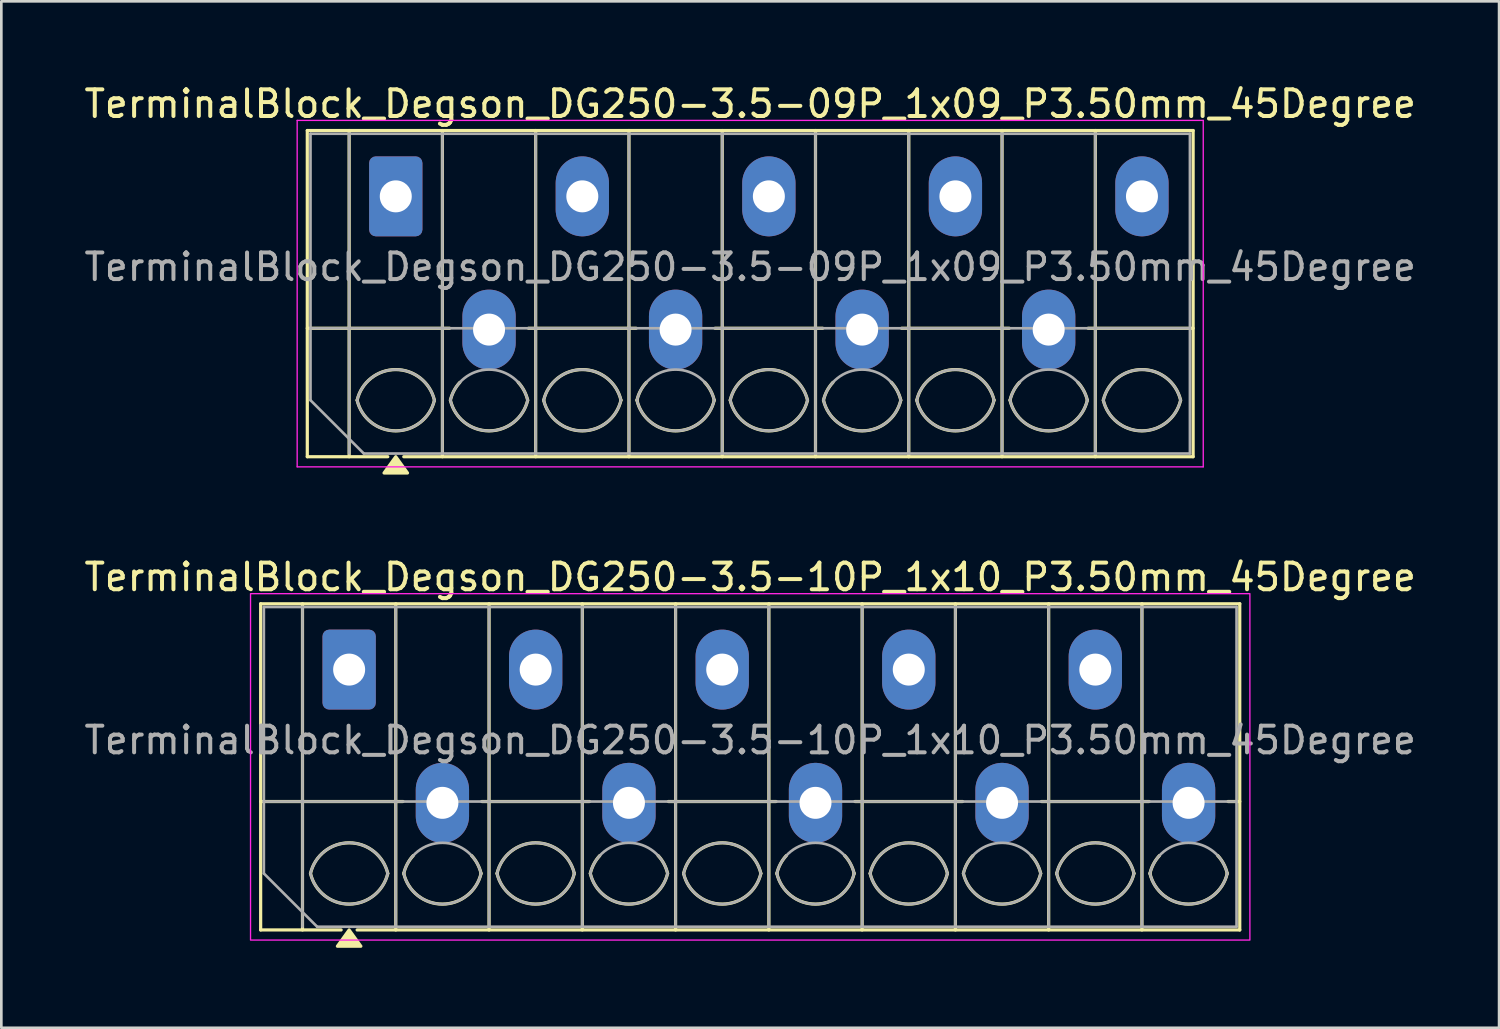
<source format=kicad_pcb>
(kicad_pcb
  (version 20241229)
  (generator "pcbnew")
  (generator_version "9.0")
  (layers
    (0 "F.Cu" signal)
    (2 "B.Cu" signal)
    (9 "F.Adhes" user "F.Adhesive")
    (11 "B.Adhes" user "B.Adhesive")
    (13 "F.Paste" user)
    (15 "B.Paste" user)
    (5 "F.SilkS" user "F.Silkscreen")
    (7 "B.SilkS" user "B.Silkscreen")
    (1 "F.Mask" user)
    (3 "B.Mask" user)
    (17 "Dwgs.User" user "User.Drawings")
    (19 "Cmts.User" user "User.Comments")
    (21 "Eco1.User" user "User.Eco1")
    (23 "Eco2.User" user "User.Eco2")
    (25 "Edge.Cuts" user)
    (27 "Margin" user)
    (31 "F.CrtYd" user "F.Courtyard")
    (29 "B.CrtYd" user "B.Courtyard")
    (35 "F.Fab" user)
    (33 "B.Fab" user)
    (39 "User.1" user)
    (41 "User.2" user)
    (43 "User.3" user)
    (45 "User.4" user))
  (footprint "TerminalBlock_Degson_DG250-3.5-09P_1x09_P3.50mm_45Degree"
    (layer "F.Cu")
    (at 11.801 4.318)
    (property "Reference" "TerminalBlock_Degson_DG250-3.5-09P_1x09_P3.50mm_45Degree" (at 13.3 -3.47 0) (layer "F.SilkS") (effects (font (size 1 1) (thickness 0.15))))
    (attr through_hole)
    (fp_line (start -3.32 -2.47) (end -3.32 9.77) (stroke (width 0.12) (type solid)) (layer "F.SilkS"))
    (fp_line (start -3.32 -2.47) (end 29.92 -2.47) (stroke (width 0.12) (type solid)) (layer "F.SilkS"))
    (fp_line (start -3.32 4.95) (end 2.02 4.95) (stroke (width 0.12) (type solid)) (layer "F.SilkS"))
    (fp_line (start -3.32 9.77) (end -0.3 9.77) (stroke (width 0.12) (type solid)) (layer "F.SilkS"))
    (fp_line (start -1.75 -2.47) (end -1.75 9.77) (stroke (width 0.12) (type solid)) (layer "F.SilkS"))
    (fp_line (start 0.3 9.77) (end 29.92 9.77) (stroke (width 0.12) (type solid)) (layer "F.SilkS"))
    (fp_line (start 1.75 -2.47) (end 1.75 9.77) (stroke (width 0.12) (type solid)) (layer "F.SilkS"))
    (fp_line (start 4.98 4.95) (end 9.02 4.95) (stroke (width 0.12) (type solid)) (layer "F.SilkS"))
    (fp_line (start 5.25 -2.47) (end 5.25 9.77) (stroke (width 0.12) (type solid)) (layer "F.SilkS"))
    (fp_line (start 8.75 -2.47) (end 8.75 9.77) (stroke (width 0.12) (type solid)) (layer "F.SilkS"))
    (fp_line (start 11.98 4.95) (end 16.02 4.95) (stroke (width 0.12) (type solid)) (layer "F.SilkS"))
    (fp_line (start 12.25 -2.47) (end 12.25 9.77) (stroke (width 0.12) (type solid)) (layer "F.SilkS"))
    (fp_line (start 15.75 -2.47) (end 15.75 9.77) (stroke (width 0.12) (type solid)) (layer "F.SilkS"))
    (fp_line (start 18.98 4.95) (end 23.02 4.95) (stroke (width 0.12) (type solid)) (layer "F.SilkS"))
    (fp_line (start 19.25 -2.47) (end 19.25 9.77) (stroke (width 0.12) (type solid)) (layer "F.SilkS"))
    (fp_line (start 22.75 -2.47) (end 22.75 9.77) (stroke (width 0.12) (type solid)) (layer "F.SilkS"))
    (fp_line (start 25.98 4.95) (end 29.92 4.95) (stroke (width 0.12) (type solid)) (layer "F.SilkS"))
    (fp_line (start 26.25 -2.47) (end 26.25 9.77) (stroke (width 0.12) (type solid)) (layer "F.SilkS"))
    (fp_line (start 29.92 -2.47) (end 29.92 9.77) (stroke (width 0.12) (type solid)) (layer "F.SilkS"))
    (fp_arc (start -1.45 7.65) (mid 0 6.5) (end 1.45 7.65) (stroke (width 0.12) (type solid)) (layer "F.SilkS"))
    (fp_arc (start 1.45 7.65) (mid 0 8.8) (end -1.45 7.65) (stroke (width 0.12) (type solid)) (layer "F.SilkS"))
    (fp_arc (start 2.05 7.65) (mid 2.18402 7.291962) (end 2.405 6.98) (stroke (width 0.12) (type solid)) (layer "F.SilkS"))
    (fp_arc (start 4.595 6.98) (mid 4.81598 7.291962) (end 4.95 7.65) (stroke (width 0.12) (type solid)) (layer "F.SilkS"))
    (fp_arc (start 4.95 7.65) (mid 3.5 8.8) (end 2.05 7.65) (stroke (width 0.12) (type solid)) (layer "F.SilkS"))
    (fp_arc (start 5.55 7.65) (mid 7 6.5) (end 8.45 7.65) (stroke (width 0.12) (type solid)) (layer "F.SilkS"))
    (fp_arc (start 8.45 7.65) (mid 7 8.8) (end 5.55 7.65) (stroke (width 0.12) (type solid)) (layer "F.SilkS"))
    (fp_arc (start 9.05 7.65) (mid 9.18402 7.291962) (end 9.405 6.98) (stroke (width 0.12) (type solid)) (layer "F.SilkS"))
    (fp_arc (start 11.595 6.98) (mid 11.81598 7.291962) (end 11.95 7.65) (stroke (width 0.12) (type solid)) (layer "F.SilkS"))
    (fp_arc (start 11.95 7.65) (mid 10.5 8.8) (end 9.05 7.65) (stroke (width 0.12) (type solid)) (layer "F.SilkS"))
    (fp_arc (start 12.55 7.65) (mid 14 6.5) (end 15.45 7.65) (stroke (width 0.12) (type solid)) (layer "F.SilkS"))
    (fp_arc (start 15.45 7.65) (mid 14 8.8) (end 12.55 7.65) (stroke (width 0.12) (type solid)) (layer "F.SilkS"))
    (fp_arc (start 16.05 7.65) (mid 16.18402 7.291962) (end 16.405 6.98) (stroke (width 0.12) (type solid)) (layer "F.SilkS"))
    (fp_arc (start 18.595 6.98) (mid 18.81598 7.291962) (end 18.95 7.65) (stroke (width 0.12) (type solid)) (layer "F.SilkS"))
    (fp_arc (start 18.95 7.65) (mid 17.5 8.8) (end 16.05 7.65) (stroke (width 0.12) (type solid)) (layer "F.SilkS"))
    (fp_arc (start 19.55 7.65) (mid 21 6.5) (end 22.45 7.65) (stroke (width 0.12) (type solid)) (layer "F.SilkS"))
    (fp_arc (start 22.45 7.65) (mid 21 8.8) (end 19.55 7.65) (stroke (width 0.12) (type solid)) (layer "F.SilkS"))
    (fp_arc (start 23.05 7.65) (mid 23.18402 7.291962) (end 23.405 6.98) (stroke (width 0.12) (type solid)) (layer "F.SilkS"))
    (fp_arc (start 25.595 6.98) (mid 25.81598 7.291962) (end 25.95 7.65) (stroke (width 0.12) (type solid)) (layer "F.SilkS"))
    (fp_arc (start 25.95 7.65) (mid 24.5 8.8) (end 23.05 7.65) (stroke (width 0.12) (type solid)) (layer "F.SilkS"))
    (fp_arc (start 26.55 7.65) (mid 28 6.5) (end 29.45 7.65) (stroke (width 0.12) (type solid)) (layer "F.SilkS"))
    (fp_arc (start 29.45 7.65) (mid 28 8.8) (end 26.55 7.65) (stroke (width 0.12) (type solid)) (layer "F.SilkS"))
    (fp_poly (pts (xy 0 9.77) (xy 0.44 10.38) (xy -0.44 10.38)) (stroke (width 0.12) (type solid)) (fill yes) (layer "F.SilkS"))
    (fp_line (start -3.7 -2.85) (end -3.7 10.15) (stroke (width 0.05) (type solid)) (layer "F.CrtYd"))
    (fp_line (start -3.7 10.15) (end 30.3 10.15) (stroke (width 0.05) (type solid)) (layer "F.CrtYd"))
    (fp_line (start 30.3 -2.85) (end -3.7 -2.85) (stroke (width 0.05) (type solid)) (layer "F.CrtYd"))
    (fp_line (start 30.3 10.15) (end 30.3 -2.85) (stroke (width 0.05) (type solid)) (layer "F.CrtYd"))
    (fp_line (start -3.2 -2.35) (end 29.8 -2.35) (stroke (width 0.1) (type solid)) (layer "F.Fab"))
    (fp_line (start -3.2 4.95) (end 29.8 4.95) (stroke (width 0.1) (type solid)) (layer "F.Fab"))
    (fp_line (start -3.2 7.65) (end -3.2 -2.35) (stroke (width 0.1) (type solid)) (layer "F.Fab"))
    (fp_line (start -1.75 -2.35) (end -1.75 9.65) (stroke (width 0.1) (type solid)) (layer "F.Fab"))
    (fp_line (start -1.2 9.65) (end -3.2 7.65) (stroke (width 0.1) (type solid)) (layer "F.Fab"))
    (fp_line (start 1.75 -2.35) (end 1.75 9.65) (stroke (width 0.1) (type solid)) (layer "F.Fab"))
    (fp_line (start 5.25 -2.35) (end 5.25 9.65) (stroke (width 0.1) (type solid)) (layer "F.Fab"))
    (fp_line (start 8.75 -2.35) (end 8.75 9.65) (stroke (width 0.1) (type solid)) (layer "F.Fab"))
    (fp_line (start 12.25 -2.35) (end 12.25 9.65) (stroke (width 0.1) (type solid)) (layer "F.Fab"))
    (fp_line (start 15.75 -2.35) (end 15.75 9.65) (stroke (width 0.1) (type solid)) (layer "F.Fab"))
    (fp_line (start 19.25 -2.35) (end 19.25 9.65) (stroke (width 0.1) (type solid)) (layer "F.Fab"))
    (fp_line (start 22.75 -2.35) (end 22.75 9.65) (stroke (width 0.1) (type solid)) (layer "F.Fab"))
    (fp_line (start 26.25 -2.35) (end 26.25 9.65) (stroke (width 0.1) (type solid)) (layer "F.Fab"))
    (fp_line (start 29.8 -2.35) (end 29.8 9.65) (stroke (width 0.1) (type solid)) (layer "F.Fab"))
    (fp_line (start 29.8 9.65) (end -1.2 9.65) (stroke (width 0.1) (type solid)) (layer "F.Fab"))
    (fp_arc (start -1.45 7.65) (mid 0 6.5) (end 1.45 7.65) (stroke (width 0.1) (type solid)) (layer "F.Fab"))
    (fp_arc (start 1.45 7.65) (mid 0 8.8) (end -1.45 7.65) (stroke (width 0.1) (type solid)) (layer "F.Fab"))
    (fp_arc (start 2.05 7.65) (mid 3.5 6.5) (end 4.95 7.65) (stroke (width 0.1) (type solid)) (layer "F.Fab"))
    (fp_arc (start 4.95 7.65) (mid 3.5 8.8) (end 2.05 7.65) (stroke (width 0.1) (type solid)) (layer "F.Fab"))
    (fp_arc (start 5.55 7.65) (mid 7 6.5) (end 8.45 7.65) (stroke (width 0.1) (type solid)) (layer "F.Fab"))
    (fp_arc (start 8.45 7.65) (mid 7 8.8) (end 5.55 7.65) (stroke (width 0.1) (type solid)) (layer "F.Fab"))
    (fp_arc (start 9.05 7.65) (mid 10.5 6.5) (end 11.95 7.65) (stroke (width 0.1) (type solid)) (layer "F.Fab"))
    (fp_arc (start 11.95 7.65) (mid 10.5 8.8) (end 9.05 7.65) (stroke (width 0.1) (type solid)) (layer "F.Fab"))
    (fp_arc (start 12.55 7.65) (mid 14 6.5) (end 15.45 7.65) (stroke (width 0.1) (type solid)) (layer "F.Fab"))
    (fp_arc (start 15.45 7.65) (mid 14 8.8) (end 12.55 7.65) (stroke (width 0.1) (type solid)) (layer "F.Fab"))
    (fp_arc (start 16.05 7.65) (mid 17.5 6.5) (end 18.95 7.65) (stroke (width 0.1) (type solid)) (layer "F.Fab"))
    (fp_arc (start 18.95 7.65) (mid 17.5 8.8) (end 16.05 7.65) (stroke (width 0.1) (type solid)) (layer "F.Fab"))
    (fp_arc (start 19.55 7.65) (mid 21 6.5) (end 22.45 7.65) (stroke (width 0.1) (type solid)) (layer "F.Fab"))
    (fp_arc (start 22.45 7.65) (mid 21 8.8) (end 19.55 7.65) (stroke (width 0.1) (type solid)) (layer "F.Fab"))
    (fp_arc (start 23.05 7.65) (mid 24.5 6.5) (end 25.95 7.65) (stroke (width 0.1) (type solid)) (layer "F.Fab"))
    (fp_arc (start 25.95 7.65) (mid 24.5 8.8) (end 23.05 7.65) (stroke (width 0.1) (type solid)) (layer "F.Fab"))
    (fp_arc (start 26.55 7.65) (mid 28 6.5) (end 29.45 7.65) (stroke (width 0.1) (type solid)) (layer "F.Fab"))
    (fp_arc (start 29.45 7.65) (mid 28 8.8) (end 26.55 7.65) (stroke (width 0.1) (type solid)) (layer "F.Fab"))
    (fp_text user "${REFERENCE}" (at 13.3 2.65 0) (layer "F.Fab") (effects (font (size 1 1) (thickness 0.15))))
    (pad "1" thru_hole roundrect (at 0 0) (size 2 3) (drill 1.2) (layers "*.Cu" "*.Mask") (roundrect_rratio 0.125))
    (pad "2" thru_hole oval (at 3.5 5) (size 2 3) (drill 1.2) (layers "*.Cu" "*.Mask"))
    (pad "3" thru_hole oval (at 7 0) (size 2 3) (drill 1.2) (layers "*.Cu" "*.Mask"))
    (pad "4" thru_hole oval (at 10.5 5) (size 2 3) (drill 1.2) (layers "*.Cu" "*.Mask"))
    (pad "5" thru_hole oval (at 14 0) (size 2 3) (drill 1.2) (layers "*.Cu" "*.Mask"))
    (pad "6" thru_hole oval (at 17.5 5) (size 2 3) (drill 1.2) (layers "*.Cu" "*.Mask"))
    (pad "7" thru_hole oval (at 21 0) (size 2 3) (drill 1.2) (layers "*.Cu" "*.Mask"))
    (pad "8" thru_hole oval (at 24.5 5) (size 2 3) (drill 1.2) (layers "*.Cu" "*.Mask"))
    (pad "9" thru_hole oval (at 28 0) (size 2 3) (drill 1.2) (layers "*.Cu" "*.Mask")))
  (footprint "TerminalBlock_Degson_DG250-3.5-10P_1x10_P3.50mm_45Degree"
    (layer "F.Cu")
    (at 10.051 22.076)
    (property "Reference" "TerminalBlock_Degson_DG250-3.5-10P_1x10_P3.50mm_45Degree" (at 15.05 -3.47 0) (layer "F.SilkS") (effects (font (size 1 1) (thickness 0.15))))
    (attr through_hole)
    (fp_line (start -3.32 -2.47) (end 33.42 -2.47) (stroke (width 0.12) (type solid)) (layer "F.SilkS"))
    (fp_line (start -3.32 4.95) (end 2.02 4.95) (stroke (width 0.12) (type solid)) (layer "F.SilkS"))
    (fp_line (start -3.32 9.77) (end -3.32 -2.47) (stroke (width 0.12) (type solid)) (layer "F.SilkS"))
    (fp_line (start -1.75 -2.47) (end -1.75 9.77) (stroke (width 0.12) (type solid)) (layer "F.SilkS"))
    (fp_line (start -0.3 9.77) (end -3.32 9.77) (stroke (width 0.12) (type solid)) (layer "F.SilkS"))
    (fp_line (start 1.75 -2.47) (end 1.75 9.77) (stroke (width 0.12) (type solid)) (layer "F.SilkS"))
    (fp_line (start 4.98 4.95) (end 9.02 4.95) (stroke (width 0.12) (type solid)) (layer "F.SilkS"))
    (fp_line (start 5.25 -2.47) (end 5.25 9.77) (stroke (width 0.12) (type solid)) (layer "F.SilkS"))
    (fp_line (start 8.75 -2.47) (end 8.75 9.77) (stroke (width 0.12) (type solid)) (layer "F.SilkS"))
    (fp_line (start 11.98 4.95) (end 16.02 4.95) (stroke (width 0.12) (type solid)) (layer "F.SilkS"))
    (fp_line (start 12.25 -2.47) (end 12.25 9.77) (stroke (width 0.12) (type solid)) (layer "F.SilkS"))
    (fp_line (start 15.75 -2.47) (end 15.75 9.77) (stroke (width 0.12) (type solid)) (layer "F.SilkS"))
    (fp_line (start 18.98 4.95) (end 23.02 4.95) (stroke (width 0.12) (type solid)) (layer "F.SilkS"))
    (fp_line (start 19.25 -2.47) (end 19.25 9.77) (stroke (width 0.12) (type solid)) (layer "F.SilkS"))
    (fp_line (start 22.75 -2.47) (end 22.75 9.77) (stroke (width 0.12) (type solid)) (layer "F.SilkS"))
    (fp_line (start 25.98 4.95) (end 30.02 4.95) (stroke (width 0.12) (type solid)) (layer "F.SilkS"))
    (fp_line (start 26.25 -2.47) (end 26.25 9.77) (stroke (width 0.12) (type solid)) (layer "F.SilkS"))
    (fp_line (start 29.75 -2.47) (end 29.75 9.77) (stroke (width 0.12) (type solid)) (layer "F.SilkS"))
    (fp_line (start 32.98 4.95) (end 33.42 4.95) (stroke (width 0.12) (type solid)) (layer "F.SilkS"))
    (fp_line (start 33.42 -2.47) (end 33.42 9.77) (stroke (width 0.12) (type solid)) (layer "F.SilkS"))
    (fp_line (start 33.42 9.77) (end 0.3 9.77) (stroke (width 0.12) (type solid)) (layer "F.SilkS"))
    (fp_arc (start -1.45 7.65) (mid 0 6.5) (end 1.45 7.65) (stroke (width 0.12) (type solid)) (layer "F.SilkS"))
    (fp_arc (start 1.45 7.65) (mid 0 8.8) (end -1.45 7.65) (stroke (width 0.12) (type solid)) (layer "F.SilkS"))
    (fp_arc (start 2.05 7.65) (mid 2.18402 7.291962) (end 2.405 6.98) (stroke (width 0.12) (type solid)) (layer "F.SilkS"))
    (fp_arc (start 4.595 6.98) (mid 4.81598 7.291962) (end 4.95 7.65) (stroke (width 0.12) (type solid)) (layer "F.SilkS"))
    (fp_arc (start 4.95 7.65) (mid 3.5 8.8) (end 2.05 7.65) (stroke (width 0.12) (type solid)) (layer "F.SilkS"))
    (fp_arc (start 5.55 7.65) (mid 7 6.5) (end 8.45 7.65) (stroke (width 0.12) (type solid)) (layer "F.SilkS"))
    (fp_arc (start 8.45 7.65) (mid 7 8.8) (end 5.55 7.65) (stroke (width 0.12) (type solid)) (layer "F.SilkS"))
    (fp_arc (start 9.05 7.65) (mid 9.18402 7.291962) (end 9.405 6.98) (stroke (width 0.12) (type solid)) (layer "F.SilkS"))
    (fp_arc (start 11.595 6.98) (mid 11.81598 7.291962) (end 11.95 7.65) (stroke (width 0.12) (type solid)) (layer "F.SilkS"))
    (fp_arc (start 11.95 7.65) (mid 10.5 8.8) (end 9.05 7.65) (stroke (width 0.12) (type solid)) (layer "F.SilkS"))
    (fp_arc (start 12.55 7.65) (mid 14 6.5) (end 15.45 7.65) (stroke (width 0.12) (type solid)) (layer "F.SilkS"))
    (fp_arc (start 15.45 7.65) (mid 14 8.8) (end 12.55 7.65) (stroke (width 0.12) (type solid)) (layer "F.SilkS"))
    (fp_arc (start 16.05 7.65) (mid 16.18402 7.291962) (end 16.405 6.98) (stroke (width 0.12) (type solid)) (layer "F.SilkS"))
    (fp_arc (start 18.595 6.98) (mid 18.81598 7.291962) (end 18.95 7.65) (stroke (width 0.12) (type solid)) (layer "F.SilkS"))
    (fp_arc (start 18.95 7.65) (mid 17.5 8.8) (end 16.05 7.65) (stroke (width 0.12) (type solid)) (layer "F.SilkS"))
    (fp_arc (start 19.55 7.65) (mid 21 6.5) (end 22.45 7.65) (stroke (width 0.12) (type solid)) (layer "F.SilkS"))
    (fp_arc (start 22.45 7.65) (mid 21 8.8) (end 19.55 7.65) (stroke (width 0.12) (type solid)) (layer "F.SilkS"))
    (fp_arc (start 23.05 7.65) (mid 23.18402 7.291962) (end 23.405 6.98) (stroke (width 0.12) (type solid)) (layer "F.SilkS"))
    (fp_arc (start 25.595 6.98) (mid 25.81598 7.291962) (end 25.95 7.65) (stroke (width 0.12) (type solid)) (layer "F.SilkS"))
    (fp_arc (start 25.95 7.65) (mid 24.5 8.8) (end 23.05 7.65) (stroke (width 0.12) (type solid)) (layer "F.SilkS"))
    (fp_arc (start 26.55 7.65) (mid 28 6.5) (end 29.45 7.65) (stroke (width 0.12) (type solid)) (layer "F.SilkS"))
    (fp_arc (start 29.45 7.65) (mid 28 8.8) (end 26.55 7.65) (stroke (width 0.12) (type solid)) (layer "F.SilkS"))
    (fp_arc (start 30.05 7.65) (mid 30.18402 7.291962) (end 30.405 6.98) (stroke (width 0.12) (type solid)) (layer "F.SilkS"))
    (fp_arc (start 32.595 6.98) (mid 32.81598 7.291962) (end 32.95 7.65) (stroke (width 0.12) (type solid)) (layer "F.SilkS"))
    (fp_arc (start 32.95 7.65) (mid 31.5 8.8) (end 30.05 7.65) (stroke (width 0.12) (type solid)) (layer "F.SilkS"))
    (fp_poly (pts (xy 0 9.77) (xy 0.44 10.38) (xy -0.44 10.38)) (stroke (width 0.12) (type solid)) (fill yes) (layer "F.SilkS"))
    (fp_rect (start -3.7 -2.85) (end 33.8 10.15) (stroke (width 0.05) (type solid)) (fill no) (layer "F.CrtYd"))
    (fp_line (start -3.2 -2.35) (end 33.3 -2.35) (stroke (width 0.1) (type solid)) (layer "F.Fab"))
    (fp_line (start -3.2 4.95) (end 33.3 4.95) (stroke (width 0.1) (type solid)) (layer "F.Fab"))
    (fp_line (start -3.2 7.65) (end -3.2 -2.35) (stroke (width 0.1) (type solid)) (layer "F.Fab"))
    (fp_line (start -1.75 -2.35) (end -1.75 9.65) (stroke (width 0.1) (type solid)) (layer "F.Fab"))
    (fp_line (start -1.2 9.65) (end -3.2 7.65) (stroke (width 0.1) (type solid)) (layer "F.Fab"))
    (fp_line (start 1.75 -2.35) (end 1.75 9.65) (stroke (width 0.1) (type solid)) (layer "F.Fab"))
    (fp_line (start 5.25 -2.35) (end 5.25 9.65) (stroke (width 0.1) (type solid)) (layer "F.Fab"))
    (fp_line (start 8.75 -2.35) (end 8.75 9.65) (stroke (width 0.1) (type solid)) (layer "F.Fab"))
    (fp_line (start 12.25 -2.35) (end 12.25 9.65) (stroke (width 0.1) (type solid)) (layer "F.Fab"))
    (fp_line (start 15.75 -2.35) (end 15.75 9.65) (stroke (width 0.1) (type solid)) (layer "F.Fab"))
    (fp_line (start 19.25 -2.35) (end 19.25 9.65) (stroke (width 0.1) (type solid)) (layer "F.Fab"))
    (fp_line (start 22.75 -2.35) (end 22.75 9.65) (stroke (width 0.1) (type solid)) (layer "F.Fab"))
    (fp_line (start 26.25 -2.35) (end 26.25 9.65) (stroke (width 0.1) (type solid)) (layer "F.Fab"))
    (fp_line (start 29.75 -2.35) (end 29.75 9.65) (stroke (width 0.1) (type solid)) (layer "F.Fab"))
    (fp_line (start 33.3 -2.35) (end 33.3 9.65) (stroke (width 0.1) (type solid)) (layer "F.Fab"))
    (fp_line (start 33.3 9.65) (end -1.2 9.65) (stroke (width 0.1) (type solid)) (layer "F.Fab"))
    (fp_arc (start -1.45 7.65) (mid 0 6.5) (end 1.45 7.65) (stroke (width 0.1) (type solid)) (layer "F.Fab"))
    (fp_arc (start 1.45 7.65) (mid 0 8.8) (end -1.45 7.65) (stroke (width 0.1) (type solid)) (layer "F.Fab"))
    (fp_arc (start 2.05 7.65) (mid 3.5 6.5) (end 4.95 7.65) (stroke (width 0.1) (type solid)) (layer "F.Fab"))
    (fp_arc (start 4.95 7.65) (mid 3.5 8.8) (end 2.05 7.65) (stroke (width 0.1) (type solid)) (layer "F.Fab"))
    (fp_arc (start 5.55 7.65) (mid 7 6.5) (end 8.45 7.65) (stroke (width 0.1) (type solid)) (layer "F.Fab"))
    (fp_arc (start 8.45 7.65) (mid 7 8.8) (end 5.55 7.65) (stroke (width 0.1) (type solid)) (layer "F.Fab"))
    (fp_arc (start 9.05 7.65) (mid 10.5 6.5) (end 11.95 7.65) (stroke (width 0.1) (type solid)) (layer "F.Fab"))
    (fp_arc (start 11.95 7.65) (mid 10.5 8.8) (end 9.05 7.65) (stroke (width 0.1) (type solid)) (layer "F.Fab"))
    (fp_arc (start 12.55 7.65) (mid 14 6.5) (end 15.45 7.65) (stroke (width 0.1) (type solid)) (layer "F.Fab"))
    (fp_arc (start 15.45 7.65) (mid 14 8.8) (end 12.55 7.65) (stroke (width 0.1) (type solid)) (layer "F.Fab"))
    (fp_arc (start 16.05 7.65) (mid 17.5 6.5) (end 18.95 7.65) (stroke (width 0.1) (type solid)) (layer "F.Fab"))
    (fp_arc (start 18.95 7.65) (mid 17.5 8.8) (end 16.05 7.65) (stroke (width 0.1) (type solid)) (layer "F.Fab"))
    (fp_arc (start 19.55 7.65) (mid 21 6.5) (end 22.45 7.65) (stroke (width 0.1) (type solid)) (layer "F.Fab"))
    (fp_arc (start 22.45 7.65) (mid 21 8.8) (end 19.55 7.65) (stroke (width 0.1) (type solid)) (layer "F.Fab"))
    (fp_arc (start 23.05 7.65) (mid 24.5 6.5) (end 25.95 7.65) (stroke (width 0.1) (type solid)) (layer "F.Fab"))
    (fp_arc (start 25.95 7.65) (mid 24.5 8.8) (end 23.05 7.65) (stroke (width 0.1) (type solid)) (layer "F.Fab"))
    (fp_arc (start 26.55 7.65) (mid 28 6.5) (end 29.45 7.65) (stroke (width 0.1) (type solid)) (layer "F.Fab"))
    (fp_arc (start 29.45 7.65) (mid 28 8.8) (end 26.55 7.65) (stroke (width 0.1) (type solid)) (layer "F.Fab"))
    (fp_arc (start 30.05 7.65) (mid 31.5 6.5) (end 32.95 7.65) (stroke (width 0.1) (type solid)) (layer "F.Fab"))
    (fp_arc (start 32.95 7.65) (mid 31.5 8.8) (end 30.05 7.65) (stroke (width 0.1) (type solid)) (layer "F.Fab"))
    (fp_text user "${REFERENCE}" (at 15.05 2.65 0) (layer "F.Fab") (effects (font (size 1 1) (thickness 0.15))))
    (pad "1" thru_hole roundrect (at 0 0) (size 2 3) (drill 1.2) (layers "*.Cu" "*.Mask") (roundrect_rratio 0.125))
    (pad "2" thru_hole oval (at 3.5 5) (size 2 3) (drill 1.2) (layers "*.Cu" "*.Mask"))
    (pad "3" thru_hole oval (at 7 0) (size 2 3) (drill 1.2) (layers "*.Cu" "*.Mask"))
    (pad "4" thru_hole oval (at 10.5 5) (size 2 3) (drill 1.2) (layers "*.Cu" "*.Mask"))
    (pad "5" thru_hole oval (at 14 0) (size 2 3) (drill 1.2) (layers "*.Cu" "*.Mask"))
    (pad "6" thru_hole oval (at 17.5 5) (size 2 3) (drill 1.2) (layers "*.Cu" "*.Mask"))
    (pad "7" thru_hole oval (at 21 0) (size 2 3) (drill 1.2) (layers "*.Cu" "*.Mask"))
    (pad "8" thru_hole oval (at 24.5 5) (size 2 3) (drill 1.2) (layers "*.Cu" "*.Mask"))
    (pad "9" thru_hole oval (at 28 0) (size 2 3) (drill 1.2) (layers "*.Cu" "*.Mask"))
    (pad "10" thru_hole oval (at 31.5 5) (size 2 3) (drill 1.2) (layers "*.Cu" "*.Mask")))
  (gr_rect
    (start -3 -3)
    (end 53.202 35.517)
    (stroke (width 0.1) (type default))
    (fill no)
    (layer "Edge.Cuts")))
</source>
